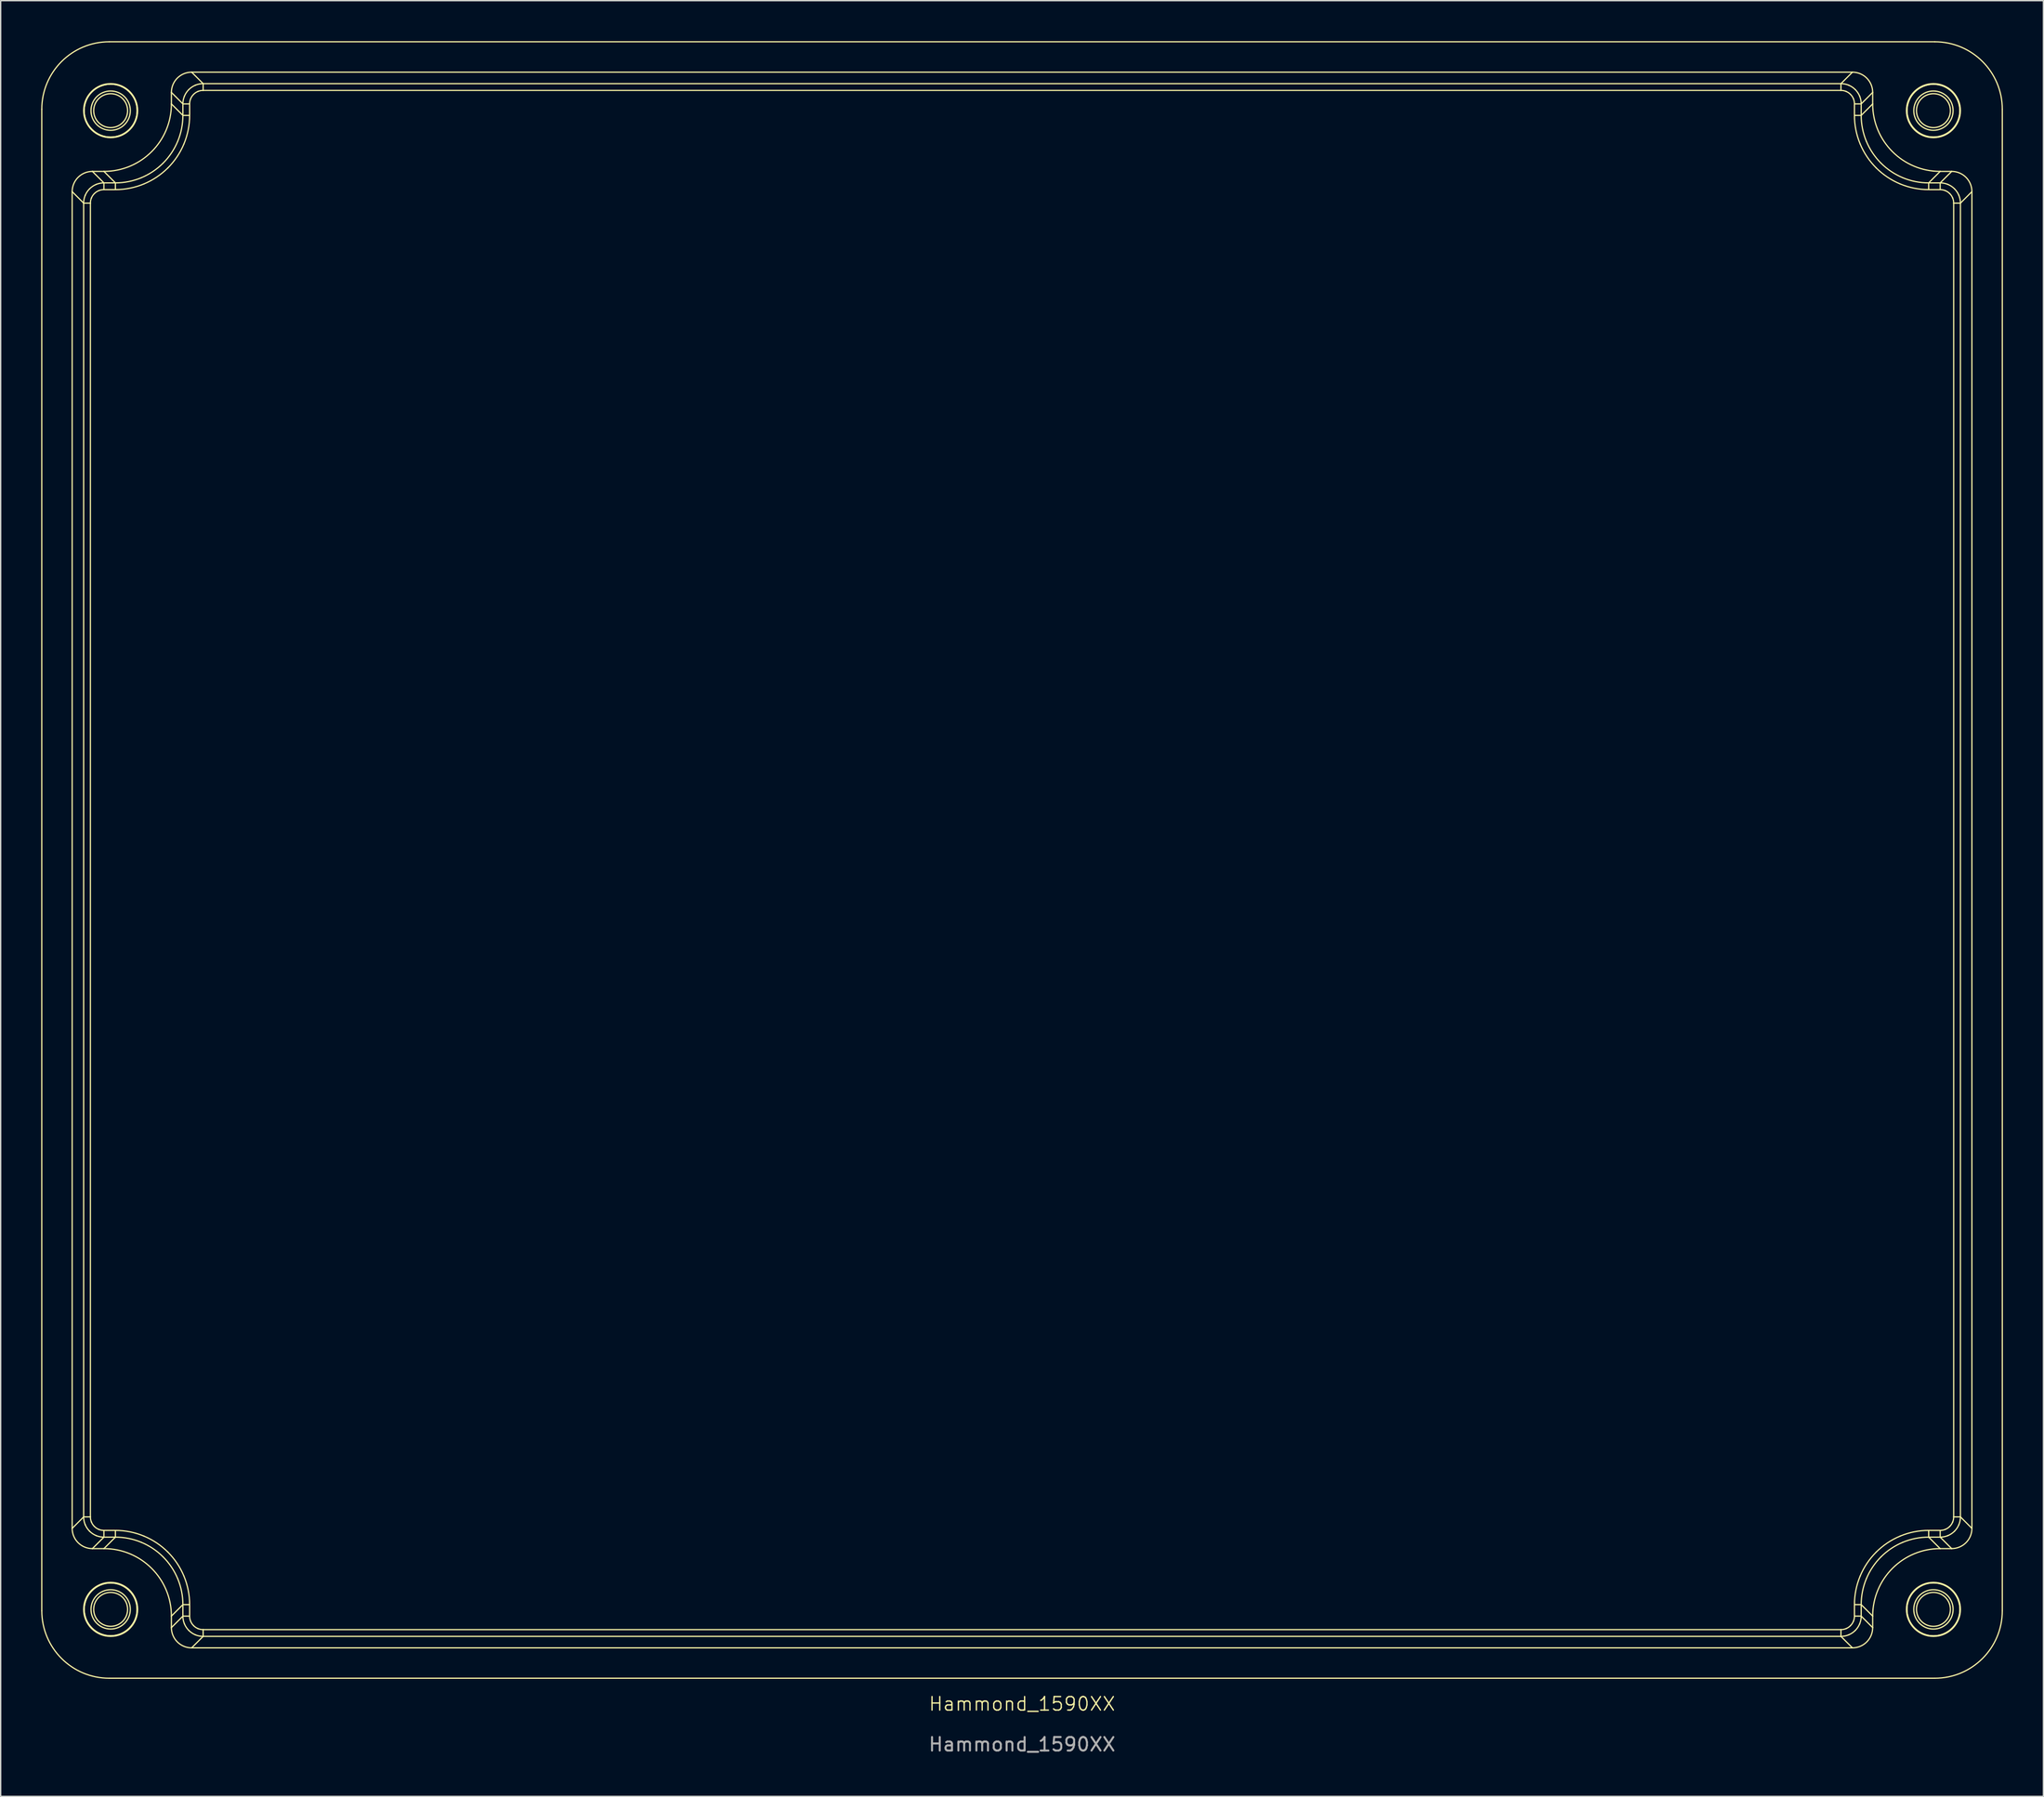
<source format=kicad_pcb>
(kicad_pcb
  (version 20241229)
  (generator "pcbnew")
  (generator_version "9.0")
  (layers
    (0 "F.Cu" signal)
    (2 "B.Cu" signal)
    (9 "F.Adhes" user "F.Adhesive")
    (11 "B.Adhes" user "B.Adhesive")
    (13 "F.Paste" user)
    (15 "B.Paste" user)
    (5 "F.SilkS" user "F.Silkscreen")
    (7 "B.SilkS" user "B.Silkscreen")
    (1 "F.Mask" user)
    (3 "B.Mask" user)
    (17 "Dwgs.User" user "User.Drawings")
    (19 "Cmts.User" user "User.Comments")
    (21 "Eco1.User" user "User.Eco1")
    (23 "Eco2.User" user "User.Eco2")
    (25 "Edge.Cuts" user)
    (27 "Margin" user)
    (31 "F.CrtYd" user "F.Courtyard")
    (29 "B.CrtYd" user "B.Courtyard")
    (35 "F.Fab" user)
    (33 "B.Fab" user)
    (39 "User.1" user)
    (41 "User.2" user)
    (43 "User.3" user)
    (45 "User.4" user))
  (footprint "Hammond_1590XX"
    (layer "F.Cu")
    (at 72.645 60.645)
    (property "Reference" "Hammond_1590XX" (at 0 62.5 0) (unlocked yes) (layer "F.SilkS") (effects (font (size 1 1) (thickness 0.1))))
    (fp_line (start -72.6 55.602) (end -72.6 -55.602) (stroke (width 0.09) (type solid)) (layer "F.SilkS"))
    (fp_line (start -70.35 -49.501) (end -70.35 49.501) (stroke (width 0.09) (type solid)) (layer "F.SilkS"))
    (fp_line (start -70.35 49.501) (end -69.5 48.65) (stroke (width 0.09) (type solid)) (layer "F.SilkS"))
    (fp_line (start -69.5 -48.65) (end -70.35 -49.501) (stroke (width 0.09) (type solid)) (layer "F.SilkS"))
    (fp_line (start -69.5 -48.65) (end -69 -48.65) (stroke (width 0.09) (type solid)) (layer "F.SilkS"))
    (fp_line (start -69.5 48.65) (end -69.5 -48.65) (stroke (width 0.09) (type solid)) (layer "F.SilkS"))
    (fp_line (start -69.5 48.65) (end -69 48.65) (stroke (width 0.09) (type solid)) (layer "F.SilkS"))
    (fp_line (start -69 -48.65) (end -69 48.65) (stroke (width 0.09) (type solid)) (layer "F.SilkS"))
    (fp_line (start -68.851 -51) (end -68 -50.15) (stroke (width 0.09) (type solid)) (layer "F.SilkS"))
    (fp_line (start -68.851 51) (end -67.998 51) (stroke (width 0.09) (type solid)) (layer "F.SilkS"))
    (fp_line (start -68 -50.15) (end -68 -49.65) (stroke (width 0.09) (type solid)) (layer "F.SilkS"))
    (fp_line (start -68 -50.15) (end -67.148 -50.15) (stroke (width 0.09) (type solid)) (layer "F.SilkS"))
    (fp_line (start -68 49.65) (end -67.148 49.65) (stroke (width 0.09) (type solid)) (layer "F.SilkS"))
    (fp_line (start -68 50.15) (end -68.851 51) (stroke (width 0.09) (type solid)) (layer "F.SilkS"))
    (fp_line (start -68 50.15) (end -68 49.65) (stroke (width 0.09) (type solid)) (layer "F.SilkS"))
    (fp_line (start -67.998 -51) (end -68.851 -51) (stroke (width 0.09) (type solid)) (layer "F.SilkS"))
    (fp_line (start -67.998 51) (end -67.148 50.15) (stroke (width 0.09) (type solid)) (layer "F.SilkS"))
    (fp_line (start -67.602 -60.6) (end 67.602 -60.6) (stroke (width 0.09) (type solid)) (layer "F.SilkS"))
    (fp_line (start -67.148 -50.15) (end -67.998 -51) (stroke (width 0.09) (type solid)) (layer "F.SilkS"))
    (fp_line (start -67.148 -50.15) (end -67.148 -49.65) (stroke (width 0.09) (type solid)) (layer "F.SilkS"))
    (fp_line (start -67.148 -49.65) (end -68 -49.65) (stroke (width 0.09) (type solid)) (layer "F.SilkS"))
    (fp_line (start -67.148 50.15) (end -68 50.15) (stroke (width 0.09) (type solid)) (layer "F.SilkS"))
    (fp_line (start -67.148 50.15) (end -67.148 49.65) (stroke (width 0.09) (type solid)) (layer "F.SilkS"))
    (fp_line (start -63 -56.851) (end -63 -55.998) (stroke (width 0.09) (type solid)) (layer "F.SilkS"))
    (fp_line (start -63 -55.998) (end -62.15 -55.148) (stroke (width 0.09) (type solid)) (layer "F.SilkS"))
    (fp_line (start -63 55.998) (end -63 56.851) (stroke (width 0.09) (type solid)) (layer "F.SilkS"))
    (fp_line (start -63 56.851) (end -62.15 56) (stroke (width 0.09) (type solid)) (layer "F.SilkS"))
    (fp_line (start -62.15 -56) (end -63 -56.851) (stroke (width 0.09) (type solid)) (layer "F.SilkS"))
    (fp_line (start -62.15 -56) (end -61.65 -56) (stroke (width 0.09) (type solid)) (layer "F.SilkS"))
    (fp_line (start -62.15 -55.148) (end -62.15 -56) (stroke (width 0.09) (type solid)) (layer "F.SilkS"))
    (fp_line (start -62.15 -55.148) (end -61.65 -55.148) (stroke (width 0.09) (type solid)) (layer "F.SilkS"))
    (fp_line (start -62.15 55.148) (end -63 55.998) (stroke (width 0.09) (type solid)) (layer "F.SilkS"))
    (fp_line (start -62.15 55.148) (end -61.65 55.148) (stroke (width 0.09) (type solid)) (layer "F.SilkS"))
    (fp_line (start -62.15 56) (end -62.15 55.148) (stroke (width 0.09) (type solid)) (layer "F.SilkS"))
    (fp_line (start -62.15 56) (end -61.65 56) (stroke (width 0.09) (type solid)) (layer "F.SilkS"))
    (fp_line (start -61.65 -56) (end -61.65 -55.148) (stroke (width 0.09) (type solid)) (layer "F.SilkS"))
    (fp_line (start -61.65 55.148) (end -61.65 56) (stroke (width 0.09) (type solid)) (layer "F.SilkS"))
    (fp_line (start -61.501 -58.35) (end -60.65 -57.5) (stroke (width 0.09) (type solid)) (layer "F.SilkS"))
    (fp_line (start -61.501 58.35) (end 61.501 58.35) (stroke (width 0.09) (type solid)) (layer "F.SilkS"))
    (fp_line (start -60.65 -57.5) (end -60.65 -57) (stroke (width 0.09) (type solid)) (layer "F.SilkS"))
    (fp_line (start -60.65 -57.5) (end 60.65 -57.5) (stroke (width 0.09) (type solid)) (layer "F.SilkS"))
    (fp_line (start -60.65 57) (end -60.65 57.5) (stroke (width 0.09) (type solid)) (layer "F.SilkS"))
    (fp_line (start -60.65 57) (end 60.65 57) (stroke (width 0.09) (type solid)) (layer "F.SilkS"))
    (fp_line (start -60.65 57.5) (end -61.501 58.35) (stroke (width 0.09) (type solid)) (layer "F.SilkS"))
    (fp_line (start 60.65 -57.5) (end 60.65 -57) (stroke (width 0.09) (type solid)) (layer "F.SilkS"))
    (fp_line (start 60.65 -57.5) (end 61.501 -58.35) (stroke (width 0.09) (type solid)) (layer "F.SilkS"))
    (fp_line (start 60.65 -57) (end -60.65 -57) (stroke (width 0.09) (type solid)) (layer "F.SilkS"))
    (fp_line (start 60.65 57) (end 60.65 57.5) (stroke (width 0.09) (type solid)) (layer "F.SilkS"))
    (fp_line (start 60.65 57.5) (end -60.65 57.5) (stroke (width 0.09) (type solid)) (layer "F.SilkS"))
    (fp_line (start 61.501 -58.35) (end -61.501 -58.35) (stroke (width 0.09) (type solid)) (layer "F.SilkS"))
    (fp_line (start 61.501 58.35) (end 60.65 57.5) (stroke (width 0.09) (type solid)) (layer "F.SilkS"))
    (fp_line (start 61.65 -56) (end 62.15 -56) (stroke (width 0.09) (type solid)) (layer "F.SilkS"))
    (fp_line (start 61.65 -55.148) (end 61.65 -56) (stroke (width 0.09) (type solid)) (layer "F.SilkS"))
    (fp_line (start 61.65 -55.148) (end 62.15 -55.148) (stroke (width 0.09) (type solid)) (layer "F.SilkS"))
    (fp_line (start 61.65 55.148) (end 62.15 55.148) (stroke (width 0.09) (type solid)) (layer "F.SilkS"))
    (fp_line (start 61.65 56) (end 61.65 55.148) (stroke (width 0.09) (type solid)) (layer "F.SilkS"))
    (fp_line (start 61.65 56) (end 62.15 56) (stroke (width 0.09) (type solid)) (layer "F.SilkS"))
    (fp_line (start 62.15 -56) (end 62.15 -55.148) (stroke (width 0.09) (type solid)) (layer "F.SilkS"))
    (fp_line (start 62.15 -55.148) (end 63 -55.998) (stroke (width 0.09) (type solid)) (layer "F.SilkS"))
    (fp_line (start 62.15 55.148) (end 62.15 56) (stroke (width 0.09) (type solid)) (layer "F.SilkS"))
    (fp_line (start 62.15 56) (end 63 56.851) (stroke (width 0.09) (type solid)) (layer "F.SilkS"))
    (fp_line (start 63 -56.851) (end 62.15 -56) (stroke (width 0.09) (type solid)) (layer "F.SilkS"))
    (fp_line (start 63 -55.998) (end 63 -56.851) (stroke (width 0.09) (type solid)) (layer "F.SilkS"))
    (fp_line (start 63 55.998) (end 62.15 55.148) (stroke (width 0.09) (type solid)) (layer "F.SilkS"))
    (fp_line (start 63 56.851) (end 63 55.998) (stroke (width 0.09) (type solid)) (layer "F.SilkS"))
    (fp_line (start 67.148 -50.15) (end 68 -50.15) (stroke (width 0.09) (type solid)) (layer "F.SilkS"))
    (fp_line (start 67.148 -49.65) (end 67.148 -50.15) (stroke (width 0.09) (type solid)) (layer "F.SilkS"))
    (fp_line (start 67.148 49.65) (end 67.148 50.15) (stroke (width 0.09) (type solid)) (layer "F.SilkS"))
    (fp_line (start 67.148 49.65) (end 68 49.65) (stroke (width 0.09) (type solid)) (layer "F.SilkS"))
    (fp_line (start 67.148 50.15) (end 67.998 51) (stroke (width 0.09) (type solid)) (layer "F.SilkS"))
    (fp_line (start 67.602 60.6) (end -67.602 60.6) (stroke (width 0.09) (type solid)) (layer "F.SilkS"))
    (fp_line (start 67.998 -51) (end 67.148 -50.15) (stroke (width 0.09) (type solid)) (layer "F.SilkS"))
    (fp_line (start 67.998 51) (end 68.851 51) (stroke (width 0.09) (type solid)) (layer "F.SilkS"))
    (fp_line (start 68 -50.15) (end 68.851 -51) (stroke (width 0.09) (type solid)) (layer "F.SilkS"))
    (fp_line (start 68 -49.65) (end 67.148 -49.65) (stroke (width 0.09) (type solid)) (layer "F.SilkS"))
    (fp_line (start 68 -49.65) (end 68 -50.15) (stroke (width 0.09) (type solid)) (layer "F.SilkS"))
    (fp_line (start 68 49.65) (end 68 50.15) (stroke (width 0.09) (type solid)) (layer "F.SilkS"))
    (fp_line (start 68 50.15) (end 67.148 50.15) (stroke (width 0.09) (type solid)) (layer "F.SilkS"))
    (fp_line (start 68.851 -51) (end 67.998 -51) (stroke (width 0.09) (type solid)) (layer "F.SilkS"))
    (fp_line (start 68.851 51) (end 68 50.15) (stroke (width 0.09) (type solid)) (layer "F.SilkS"))
    (fp_line (start 69 -48.65) (end 69.5 -48.65) (stroke (width 0.09) (type solid)) (layer "F.SilkS"))
    (fp_line (start 69 48.65) (end 69 -48.65) (stroke (width 0.09) (type solid)) (layer "F.SilkS"))
    (fp_line (start 69 48.65) (end 69.5 48.65) (stroke (width 0.09) (type solid)) (layer "F.SilkS"))
    (fp_line (start 69.5 -48.65) (end 69.5 48.65) (stroke (width 0.09) (type solid)) (layer "F.SilkS"))
    (fp_line (start 69.5 48.65) (end 70.35 49.501) (stroke (width 0.09) (type solid)) (layer "F.SilkS"))
    (fp_line (start 70.35 -49.501) (end 69.5 -48.65) (stroke (width 0.09) (type solid)) (layer "F.SilkS"))
    (fp_line (start 70.35 49.501) (end 70.35 -49.501) (stroke (width 0.09) (type solid)) (layer "F.SilkS"))
    (fp_line (start 72.6 -55.602) (end 72.6 55.602) (stroke (width 0.09) (type solid)) (layer "F.SilkS"))
    (fp_circle (center -67.5 -55.5) (end -69.5 -55.5) (stroke (width 0.09) (type solid)) (fill no) (layer "F.SilkS"))
    (fp_circle (center -67.5 -55.5) (end -69.465 -55.5) (stroke (width 0.09) (type solid)) (fill no) (layer "F.SilkS"))
    (fp_circle (center -67.5 -55.5) (end -69.464 -55.5) (stroke (width 0.09) (type solid)) (fill no) (layer "F.SilkS"))
    (fp_circle (center -67.5 -55.5) (end -68.957 -55.5) (stroke (width 0.09) (type solid)) (fill no) (layer "F.SilkS"))
    (fp_circle (center -67.5 -55.5) (end -68.756 -55.5) (stroke (width 0.09) (type solid)) (fill no) (layer "F.SilkS"))
    (fp_circle (center -67.5 55.5) (end -69.5 55.5) (stroke (width 0.09) (type solid)) (fill no) (layer "F.SilkS"))
    (fp_circle (center -67.5 55.5) (end -69.465 55.5) (stroke (width 0.09) (type solid)) (fill no) (layer "F.SilkS"))
    (fp_circle (center -67.5 55.5) (end -69.455 55.5) (stroke (width 0.09) (type solid)) (fill no) (layer "F.SilkS"))
    (fp_circle (center -67.5 55.5) (end -68.956 55.5) (stroke (width 0.09) (type solid)) (fill no) (layer "F.SilkS"))
    (fp_circle (center -67.5 55.5) (end -68.756 55.5) (stroke (width 0.09) (type solid)) (fill no) (layer "F.SilkS"))
    (fp_circle (center 67.5 -55.5) (end 65.5 -55.5) (stroke (width 0.09) (type solid)) (fill no) (layer "F.SilkS"))
    (fp_circle (center 67.5 -55.5) (end 65.535 -55.5) (stroke (width 0.09) (type solid)) (fill no) (layer "F.SilkS"))
    (fp_circle (center 67.5 -55.5) (end 65.545 -55.5) (stroke (width 0.09) (type solid)) (fill no) (layer "F.SilkS"))
    (fp_circle (center 67.5 -55.5) (end 66.044 -55.5) (stroke (width 0.09) (type solid)) (fill no) (layer "F.SilkS"))
    (fp_circle (center 67.5 -55.5) (end 66.244 -55.5) (stroke (width 0.09) (type solid)) (fill no) (layer "F.SilkS"))
    (fp_circle (center 67.5 55.5) (end 65.5 55.5) (stroke (width 0.09) (type solid)) (fill no) (layer "F.SilkS"))
    (fp_circle (center 67.5 55.5) (end 65.535 55.5) (stroke (width 0.09) (type solid)) (fill no) (layer "F.SilkS"))
    (fp_circle (center 67.5 55.5) (end 65.536 55.5) (stroke (width 0.09) (type solid)) (fill no) (layer "F.SilkS"))
    (fp_circle (center 67.5 55.5) (end 66.043 55.5) (stroke (width 0.09) (type solid)) (fill no) (layer "F.SilkS"))
    (fp_circle (center 67.5 55.5) (end 66.244 55.5) (stroke (width 0.09) (type solid)) (fill no) (layer "F.SilkS"))
    (fp_curve (pts (xy -72.6 55.602) (xy -72.6 58.363) (xy -70.363 60.6) (xy -67.602 60.6)) (stroke (width 0.09) (type solid)) (layer "F.SilkS"))
    (fp_curve (pts (xy -70.35 49.501) (xy -70.35 50.329) (xy -69.679 51) (xy -68.851 51)) (stroke (width 0.09) (type solid)) (layer "F.SilkS"))
    (fp_curve (pts (xy -69.5 -48.65) (xy -69.5 -48.847) (xy -69.461 -49.043) (xy -69.386 -49.224)) (stroke (width 0.09) (type solid)) (layer "F.SilkS"))
    (fp_curve (pts (xy -69.386 -49.224) (xy -69.311 -49.406) (xy -69.199 -49.572) (xy -69.061 -49.711)) (stroke (width 0.09) (type solid)) (layer "F.SilkS"))
    (fp_curve (pts (xy -69.386 49.224) (xy -69.461 49.043) (xy -69.5 48.847) (xy -69.5 48.65)) (stroke (width 0.09) (type solid)) (layer "F.SilkS"))
    (fp_curve (pts (xy -69.061 -49.711) (xy -68.922 -49.849) (xy -68.756 -49.961) (xy -68.574 -50.036)) (stroke (width 0.09) (type solid)) (layer "F.SilkS"))
    (fp_curve (pts (xy -69.061 49.711) (xy -69.199 49.572) (xy -69.311 49.406) (xy -69.386 49.224)) (stroke (width 0.09) (type solid)) (layer "F.SilkS"))
    (fp_curve (pts (xy -69 48.65) (xy -69 48.781) (xy -68.974 48.912) (xy -68.924 49.033)) (stroke (width 0.09) (type solid)) (layer "F.SilkS"))
    (fp_curve (pts (xy -68.924 -49.033) (xy -68.974 -48.912) (xy -69 -48.781) (xy -69 -48.65)) (stroke (width 0.09) (type solid)) (layer "F.SilkS"))
    (fp_curve (pts (xy -68.924 49.033) (xy -68.874 49.154) (xy -68.8 49.265) (xy -68.707 49.357)) (stroke (width 0.09) (type solid)) (layer "F.SilkS"))
    (fp_curve (pts (xy -68.851 -51) (xy -69.679 -51) (xy -70.35 -50.329) (xy -70.35 -49.501)) (stroke (width 0.09) (type solid)) (layer "F.SilkS"))
    (fp_curve (pts (xy -68.707 -49.357) (xy -68.8 -49.265) (xy -68.874 -49.154) (xy -68.924 -49.033)) (stroke (width 0.09) (type solid)) (layer "F.SilkS"))
    (fp_curve (pts (xy -68.707 49.357) (xy -68.615 49.45) (xy -68.504 49.524) (xy -68.383 49.574)) (stroke (width 0.09) (type solid)) (layer "F.SilkS"))
    (fp_curve (pts (xy -68.574 -50.036) (xy -68.393 -50.111) (xy -68.197 -50.15) (xy -68 -50.15)) (stroke (width 0.09) (type solid)) (layer "F.SilkS"))
    (fp_curve (pts (xy -68.574 50.036) (xy -68.756 49.961) (xy -68.922 49.849) (xy -69.061 49.711)) (stroke (width 0.09) (type solid)) (layer "F.SilkS"))
    (fp_curve (pts (xy -68.383 -49.574) (xy -68.504 -49.524) (xy -68.615 -49.45) (xy -68.707 -49.357)) (stroke (width 0.09) (type solid)) (layer "F.SilkS"))
    (fp_curve (pts (xy -68.383 49.574) (xy -68.262 49.624) (xy -68.131 49.65) (xy -68 49.65)) (stroke (width 0.09) (type solid)) (layer "F.SilkS"))
    (fp_curve (pts (xy -68 -49.65) (xy -68.131 -49.65) (xy -68.262 -49.624) (xy -68.383 -49.574)) (stroke (width 0.09) (type solid)) (layer "F.SilkS"))
    (fp_curve (pts (xy -68 50.15) (xy -68.197 50.15) (xy -68.393 50.111) (xy -68.574 50.036)) (stroke (width 0.09) (type solid)) (layer "F.SilkS"))
    (fp_curve (pts (xy -67.998 -51) (xy -65.237 -51) (xy -63 -53.237) (xy -63 -55.998)) (stroke (width 0.09) (type solid)) (layer "F.SilkS"))
    (fp_curve (pts (xy -67.602 -60.6) (xy -70.363 -60.6) (xy -72.6 -58.363) (xy -72.6 -55.602)) (stroke (width 0.09) (type solid)) (layer "F.SilkS"))
    (fp_curve (pts (xy -67.148 -50.15) (xy -66.494 -50.15) (xy -65.84 -50.28) (xy -65.235 -50.53)) (stroke (width 0.09) (type solid)) (layer "F.SilkS"))
    (fp_curve (pts (xy -67.148 49.65) (xy -66.428 49.65) (xy -65.709 49.793) (xy -65.044 50.069)) (stroke (width 0.09) (type solid)) (layer "F.SilkS"))
    (fp_curve (pts (xy -65.235 -50.53) (xy -64.631 -50.781) (xy -64.076 -51.151) (xy -63.614 -51.614)) (stroke (width 0.09) (type solid)) (layer "F.SilkS"))
    (fp_curve (pts (xy -65.235 50.53) (xy -65.84 50.28) (xy -66.494 50.15) (xy -67.148 50.15)) (stroke (width 0.09) (type solid)) (layer "F.SilkS"))
    (fp_curve (pts (xy -65.044 -50.069) (xy -65.709 -49.793) (xy -66.428 -49.65) (xy -67.148 -49.65)) (stroke (width 0.09) (type solid)) (layer "F.SilkS"))
    (fp_curve (pts (xy -65.044 50.069) (xy -64.379 50.344) (xy -63.769 50.751) (xy -63.26 51.26)) (stroke (width 0.09) (type solid)) (layer "F.SilkS"))
    (fp_curve (pts (xy -63.614 -51.614) (xy -63.151 -52.076) (xy -62.781 -52.631) (xy -62.53 -53.235)) (stroke (width 0.09) (type solid)) (layer "F.SilkS"))
    (fp_curve (pts (xy -63.614 51.614) (xy -64.076 51.151) (xy -64.631 50.781) (xy -65.235 50.53)) (stroke (width 0.09) (type solid)) (layer "F.SilkS"))
    (fp_curve (pts (xy -63.26 -51.26) (xy -63.769 -50.751) (xy -64.379 -50.344) (xy -65.044 -50.069)) (stroke (width 0.09) (type solid)) (layer "F.SilkS"))
    (fp_curve (pts (xy -63.26 51.26) (xy -62.751 51.769) (xy -62.344 52.379) (xy -62.069 53.044)) (stroke (width 0.09) (type solid)) (layer "F.SilkS"))
    (fp_curve (pts (xy -63 55.998) (xy -63 53.237) (xy -65.237 51) (xy -67.998 51)) (stroke (width 0.09) (type solid)) (layer "F.SilkS"))
    (fp_curve (pts (xy -63 56.851) (xy -63 57.679) (xy -62.329 58.35) (xy -61.501 58.35)) (stroke (width 0.09) (type solid)) (layer "F.SilkS"))
    (fp_curve (pts (xy -62.53 -53.235) (xy -62.28 -53.84) (xy -62.15 -54.494) (xy -62.15 -55.148)) (stroke (width 0.09) (type solid)) (layer "F.SilkS"))
    (fp_curve (pts (xy -62.53 53.235) (xy -62.781 52.631) (xy -63.151 52.076) (xy -63.614 51.614)) (stroke (width 0.09) (type solid)) (layer "F.SilkS"))
    (fp_curve (pts (xy -62.15 -56) (xy -62.15 -56.197) (xy -62.111 -56.393) (xy -62.036 -56.574)) (stroke (width 0.09) (type solid)) (layer "F.SilkS"))
    (fp_curve (pts (xy -62.15 55.148) (xy -62.15 54.494) (xy -62.28 53.84) (xy -62.53 53.235)) (stroke (width 0.09) (type solid)) (layer "F.SilkS"))
    (fp_curve (pts (xy -62.069 -53.044) (xy -62.344 -52.379) (xy -62.751 -51.769) (xy -63.26 -51.26)) (stroke (width 0.09) (type solid)) (layer "F.SilkS"))
    (fp_curve (pts (xy -62.069 53.044) (xy -61.793 53.709) (xy -61.65 54.428) (xy -61.65 55.148)) (stroke (width 0.09) (type solid)) (layer "F.SilkS"))
    (fp_curve (pts (xy -62.036 -56.574) (xy -61.961 -56.756) (xy -61.849 -56.922) (xy -61.711 -57.061)) (stroke (width 0.09) (type solid)) (layer "F.SilkS"))
    (fp_curve (pts (xy -62.036 56.574) (xy -62.111 56.393) (xy -62.15 56.197) (xy -62.15 56)) (stroke (width 0.09) (type solid)) (layer "F.SilkS"))
    (fp_curve (pts (xy -61.711 -57.061) (xy -61.572 -57.199) (xy -61.406 -57.311) (xy -61.224 -57.386)) (stroke (width 0.09) (type solid)) (layer "F.SilkS"))
    (fp_curve (pts (xy -61.711 57.061) (xy -61.849 56.922) (xy -61.961 56.756) (xy -62.036 56.574)) (stroke (width 0.09) (type solid)) (layer "F.SilkS"))
    (fp_curve (pts (xy -61.65 -55.148) (xy -61.65 -54.428) (xy -61.793 -53.709) (xy -62.069 -53.044)) (stroke (width 0.09) (type solid)) (layer "F.SilkS"))
    (fp_curve (pts (xy -61.65 56) (xy -61.65 56.131) (xy -61.624 56.262) (xy -61.574 56.383)) (stroke (width 0.09) (type solid)) (layer "F.SilkS"))
    (fp_curve (pts (xy -61.574 -56.383) (xy -61.624 -56.262) (xy -61.65 -56.131) (xy -61.65 -56)) (stroke (width 0.09) (type solid)) (layer "F.SilkS"))
    (fp_curve (pts (xy -61.574 56.383) (xy -61.524 56.504) (xy -61.45 56.615) (xy -61.357 56.707)) (stroke (width 0.09) (type solid)) (layer "F.SilkS"))
    (fp_curve (pts (xy -61.501 -58.35) (xy -62.329 -58.35) (xy -63 -57.679) (xy -63 -56.851)) (stroke (width 0.09) (type solid)) (layer "F.SilkS"))
    (fp_curve (pts (xy -61.357 -56.707) (xy -61.45 -56.615) (xy -61.524 -56.504) (xy -61.574 -56.383)) (stroke (width 0.09) (type solid)) (layer "F.SilkS"))
    (fp_curve (pts (xy -61.357 56.707) (xy -61.265 56.8) (xy -61.154 56.874) (xy -61.033 56.924)) (stroke (width 0.09) (type solid)) (layer "F.SilkS"))
    (fp_curve (pts (xy -61.224 -57.386) (xy -61.043 -57.461) (xy -60.847 -57.5) (xy -60.65 -57.5)) (stroke (width 0.09) (type solid)) (layer "F.SilkS"))
    (fp_curve (pts (xy -61.224 57.386) (xy -61.406 57.311) (xy -61.572 57.199) (xy -61.711 57.061)) (stroke (width 0.09) (type solid)) (layer "F.SilkS"))
    (fp_curve (pts (xy -61.033 -56.924) (xy -61.154 -56.874) (xy -61.265 -56.8) (xy -61.357 -56.707)) (stroke (width 0.09) (type solid)) (layer "F.SilkS"))
    (fp_curve (pts (xy -61.033 56.924) (xy -60.912 56.974) (xy -60.781 57) (xy -60.65 57)) (stroke (width 0.09) (type solid)) (layer "F.SilkS"))
    (fp_curve (pts (xy -60.65 -57) (xy -60.781 -57) (xy -60.912 -56.974) (xy -61.033 -56.924)) (stroke (width 0.09) (type solid)) (layer "F.SilkS"))
    (fp_curve (pts (xy -60.65 57.5) (xy -60.847 57.5) (xy -61.043 57.461) (xy -61.224 57.386)) (stroke (width 0.09) (type solid)) (layer "F.SilkS"))
    (fp_curve (pts (xy 60.65 -57.5) (xy 60.847 -57.5) (xy 61.043 -57.461) (xy 61.224 -57.386)) (stroke (width 0.09) (type solid)) (layer "F.SilkS"))
    (fp_curve (pts (xy 60.65 57) (xy 60.781 57) (xy 60.912 56.974) (xy 61.033 56.924)) (stroke (width 0.09) (type solid)) (layer "F.SilkS"))
    (fp_curve (pts (xy 61.033 -56.924) (xy 60.912 -56.974) (xy 60.781 -57) (xy 60.65 -57)) (stroke (width 0.09) (type solid)) (layer "F.SilkS"))
    (fp_curve (pts (xy 61.033 56.924) (xy 61.154 56.874) (xy 61.265 56.8) (xy 61.357 56.707)) (stroke (width 0.09) (type solid)) (layer "F.SilkS"))
    (fp_curve (pts (xy 61.224 -57.386) (xy 61.406 -57.311) (xy 61.572 -57.199) (xy 61.711 -57.061)) (stroke (width 0.09) (type solid)) (layer "F.SilkS"))
    (fp_curve (pts (xy 61.224 57.386) (xy 61.043 57.461) (xy 60.847 57.5) (xy 60.65 57.5)) (stroke (width 0.09) (type solid)) (layer "F.SilkS"))
    (fp_curve (pts (xy 61.357 -56.707) (xy 61.265 -56.8) (xy 61.154 -56.874) (xy 61.033 -56.924)) (stroke (width 0.09) (type solid)) (layer "F.SilkS"))
    (fp_curve (pts (xy 61.357 56.707) (xy 61.45 56.615) (xy 61.524 56.504) (xy 61.574 56.383)) (stroke (width 0.09) (type solid)) (layer "F.SilkS"))
    (fp_curve (pts (xy 61.501 58.35) (xy 62.329 58.35) (xy 63 57.679) (xy 63 56.851)) (stroke (width 0.09) (type solid)) (layer "F.SilkS"))
    (fp_curve (pts (xy 61.574 -56.383) (xy 61.524 -56.504) (xy 61.45 -56.615) (xy 61.357 -56.707)) (stroke (width 0.09) (type solid)) (layer "F.SilkS"))
    (fp_curve (pts (xy 61.574 56.383) (xy 61.624 56.262) (xy 61.65 56.131) (xy 61.65 56)) (stroke (width 0.09) (type solid)) (layer "F.SilkS"))
    (fp_curve (pts (xy 61.65 -56) (xy 61.65 -56.131) (xy 61.624 -56.262) (xy 61.574 -56.383)) (stroke (width 0.09) (type solid)) (layer "F.SilkS"))
    (fp_curve (pts (xy 61.65 55.148) (xy 61.65 54.428) (xy 61.793 53.709) (xy 62.069 53.044)) (stroke (width 0.09) (type solid)) (layer "F.SilkS"))
    (fp_curve (pts (xy 61.711 -57.061) (xy 61.849 -56.922) (xy 61.961 -56.756) (xy 62.036 -56.574)) (stroke (width 0.09) (type solid)) (layer "F.SilkS"))
    (fp_curve (pts (xy 61.711 57.061) (xy 61.572 57.199) (xy 61.406 57.311) (xy 61.224 57.386)) (stroke (width 0.09) (type solid)) (layer "F.SilkS"))
    (fp_curve (pts (xy 62.036 -56.574) (xy 62.111 -56.393) (xy 62.15 -56.197) (xy 62.15 -56)) (stroke (width 0.09) (type solid)) (layer "F.SilkS"))
    (fp_curve (pts (xy 62.036 56.574) (xy 61.961 56.756) (xy 61.849 56.922) (xy 61.711 57.061)) (stroke (width 0.09) (type solid)) (layer "F.SilkS"))
    (fp_curve (pts (xy 62.069 -53.044) (xy 61.793 -53.709) (xy 61.65 -54.428) (xy 61.65 -55.148)) (stroke (width 0.09) (type solid)) (layer "F.SilkS"))
    (fp_curve (pts (xy 62.069 53.044) (xy 62.344 52.379) (xy 62.751 51.769) (xy 63.26 51.26)) (stroke (width 0.09) (type solid)) (layer "F.SilkS"))
    (fp_curve (pts (xy 62.15 -55.148) (xy 62.15 -54.494) (xy 62.28 -53.84) (xy 62.53 -53.235)) (stroke (width 0.09) (type solid)) (layer "F.SilkS"))
    (fp_curve (pts (xy 62.15 56) (xy 62.15 56.197) (xy 62.111 56.393) (xy 62.036 56.574)) (stroke (width 0.09) (type solid)) (layer "F.SilkS"))
    (fp_curve (pts (xy 62.53 -53.235) (xy 62.781 -52.631) (xy 63.151 -52.076) (xy 63.614 -51.614)) (stroke (width 0.09) (type solid)) (layer "F.SilkS"))
    (fp_curve (pts (xy 62.53 53.235) (xy 62.28 53.84) (xy 62.15 54.494) (xy 62.15 55.148)) (stroke (width 0.09) (type solid)) (layer "F.SilkS"))
    (fp_curve (pts (xy 63 -56.851) (xy 63 -57.679) (xy 62.329 -58.35) (xy 61.501 -58.35)) (stroke (width 0.09) (type solid)) (layer "F.SilkS"))
    (fp_curve (pts (xy 63 -55.998) (xy 63 -53.237) (xy 65.237 -51) (xy 67.998 -51)) (stroke (width 0.09) (type solid)) (layer "F.SilkS"))
    (fp_curve (pts (xy 63.26 -51.26) (xy 62.751 -51.769) (xy 62.344 -52.379) (xy 62.069 -53.044)) (stroke (width 0.09) (type solid)) (layer "F.SilkS"))
    (fp_curve (pts (xy 63.26 51.26) (xy 63.769 50.751) (xy 64.379 50.344) (xy 65.044 50.069)) (stroke (width 0.09) (type solid)) (layer "F.SilkS"))
    (fp_curve (pts (xy 63.614 -51.614) (xy 64.076 -51.151) (xy 64.631 -50.781) (xy 65.235 -50.53)) (stroke (width 0.09) (type solid)) (layer "F.SilkS"))
    (fp_curve (pts (xy 63.614 51.614) (xy 63.151 52.076) (xy 62.781 52.631) (xy 62.53 53.235)) (stroke (width 0.09) (type solid)) (layer "F.SilkS"))
    (fp_curve (pts (xy 65.044 -50.069) (xy 64.379 -50.344) (xy 63.769 -50.751) (xy 63.26 -51.26)) (stroke (width 0.09) (type solid)) (layer "F.SilkS"))
    (fp_curve (pts (xy 65.044 50.069) (xy 65.709 49.793) (xy 66.428 49.65) (xy 67.148 49.65)) (stroke (width 0.09) (type solid)) (layer "F.SilkS"))
    (fp_curve (pts (xy 65.235 -50.53) (xy 65.84 -50.28) (xy 66.494 -50.15) (xy 67.148 -50.15)) (stroke (width 0.09) (type solid)) (layer "F.SilkS"))
    (fp_curve (pts (xy 65.235 50.53) (xy 64.631 50.781) (xy 64.076 51.151) (xy 63.614 51.614)) (stroke (width 0.09) (type solid)) (layer "F.SilkS"))
    (fp_curve (pts (xy 67.148 -49.65) (xy 66.428 -49.65) (xy 65.709 -49.793) (xy 65.044 -50.069)) (stroke (width 0.09) (type solid)) (layer "F.SilkS"))
    (fp_curve (pts (xy 67.148 50.15) (xy 66.494 50.15) (xy 65.84 50.28) (xy 65.235 50.53)) (stroke (width 0.09) (type solid)) (layer "F.SilkS"))
    (fp_curve (pts (xy 67.602 60.6) (xy 70.363 60.6) (xy 72.6 58.363) (xy 72.6 55.602)) (stroke (width 0.09) (type solid)) (layer "F.SilkS"))
    (fp_curve (pts (xy 67.998 51) (xy 65.237 51) (xy 63 53.237) (xy 63 55.998)) (stroke (width 0.09) (type solid)) (layer "F.SilkS"))
    (fp_curve (pts (xy 68 -50.15) (xy 68.197 -50.15) (xy 68.393 -50.111) (xy 68.574 -50.036)) (stroke (width 0.09) (type solid)) (layer "F.SilkS"))
    (fp_curve (pts (xy 68 49.65) (xy 68.131 49.65) (xy 68.262 49.624) (xy 68.383 49.574)) (stroke (width 0.09) (type solid)) (layer "F.SilkS"))
    (fp_curve (pts (xy 68.383 -49.574) (xy 68.262 -49.624) (xy 68.131 -49.65) (xy 68 -49.65)) (stroke (width 0.09) (type solid)) (layer "F.SilkS"))
    (fp_curve (pts (xy 68.383 49.574) (xy 68.504 49.524) (xy 68.615 49.45) (xy 68.707 49.357)) (stroke (width 0.09) (type solid)) (layer "F.SilkS"))
    (fp_curve (pts (xy 68.574 -50.036) (xy 68.756 -49.961) (xy 68.922 -49.849) (xy 69.061 -49.711)) (stroke (width 0.09) (type solid)) (layer "F.SilkS"))
    (fp_curve (pts (xy 68.574 50.036) (xy 68.393 50.111) (xy 68.197 50.15) (xy 68 50.15)) (stroke (width 0.09) (type solid)) (layer "F.SilkS"))
    (fp_curve (pts (xy 68.707 -49.357) (xy 68.615 -49.45) (xy 68.504 -49.524) (xy 68.383 -49.574)) (stroke (width 0.09) (type solid)) (layer "F.SilkS"))
    (fp_curve (pts (xy 68.707 49.357) (xy 68.8 49.265) (xy 68.874 49.154) (xy 68.924 49.033)) (stroke (width 0.09) (type solid)) (layer "F.SilkS"))
    (fp_curve (pts (xy 68.851 51) (xy 69.679 51) (xy 70.35 50.329) (xy 70.35 49.501)) (stroke (width 0.09) (type solid)) (layer "F.SilkS"))
    (fp_curve (pts (xy 68.924 -49.033) (xy 68.874 -49.154) (xy 68.8 -49.265) (xy 68.707 -49.357)) (stroke (width 0.09) (type solid)) (layer "F.SilkS"))
    (fp_curve (pts (xy 68.924 49.033) (xy 68.974 48.912) (xy 69 48.781) (xy 69 48.65)) (stroke (width 0.09) (type solid)) (layer "F.SilkS"))
    (fp_curve (pts (xy 69 -48.65) (xy 69 -48.781) (xy 68.974 -48.912) (xy 68.924 -49.033)) (stroke (width 0.09) (type solid)) (layer "F.SilkS"))
    (fp_curve (pts (xy 69.061 -49.711) (xy 69.199 -49.572) (xy 69.311 -49.406) (xy 69.386 -49.224)) (stroke (width 0.09) (type solid)) (layer "F.SilkS"))
    (fp_curve (pts (xy 69.061 49.711) (xy 68.922 49.849) (xy 68.756 49.961) (xy 68.574 50.036)) (stroke (width 0.09) (type solid)) (layer "F.SilkS"))
    (fp_curve (pts (xy 69.386 -49.224) (xy 69.461 -49.043) (xy 69.5 -48.847) (xy 69.5 -48.65)) (stroke (width 0.09) (type solid)) (layer "F.SilkS"))
    (fp_curve (pts (xy 69.386 49.224) (xy 69.311 49.406) (xy 69.199 49.572) (xy 69.061 49.711)) (stroke (width 0.09) (type solid)) (layer "F.SilkS"))
    (fp_curve (pts (xy 69.5 48.65) (xy 69.5 48.847) (xy 69.461 49.043) (xy 69.386 49.224)) (stroke (width 0.09) (type solid)) (layer "F.SilkS"))
    (fp_curve (pts (xy 70.35 -49.501) (xy 70.35 -50.329) (xy 69.679 -51) (xy 68.851 -51)) (stroke (width 0.09) (type solid)) (layer "F.SilkS"))
    (fp_curve (pts (xy 72.6 -55.602) (xy 72.6 -58.363) (xy 70.363 -60.6) (xy 67.602 -60.6)) (stroke (width 0.09) (type solid)) (layer "F.SilkS"))
    (fp_text user "${REFERENCE}" (at 0 65.5 0) (unlocked yes) (layer "F.Fab") (effects (font (size 1 1) (thickness 0.15)))))
  (gr_rect
    (start -3 -3)
    (end 148.29 129.993)
    (stroke (width 0.1) (type default))
    (fill no)
    (layer "Edge.Cuts")))
</source>
